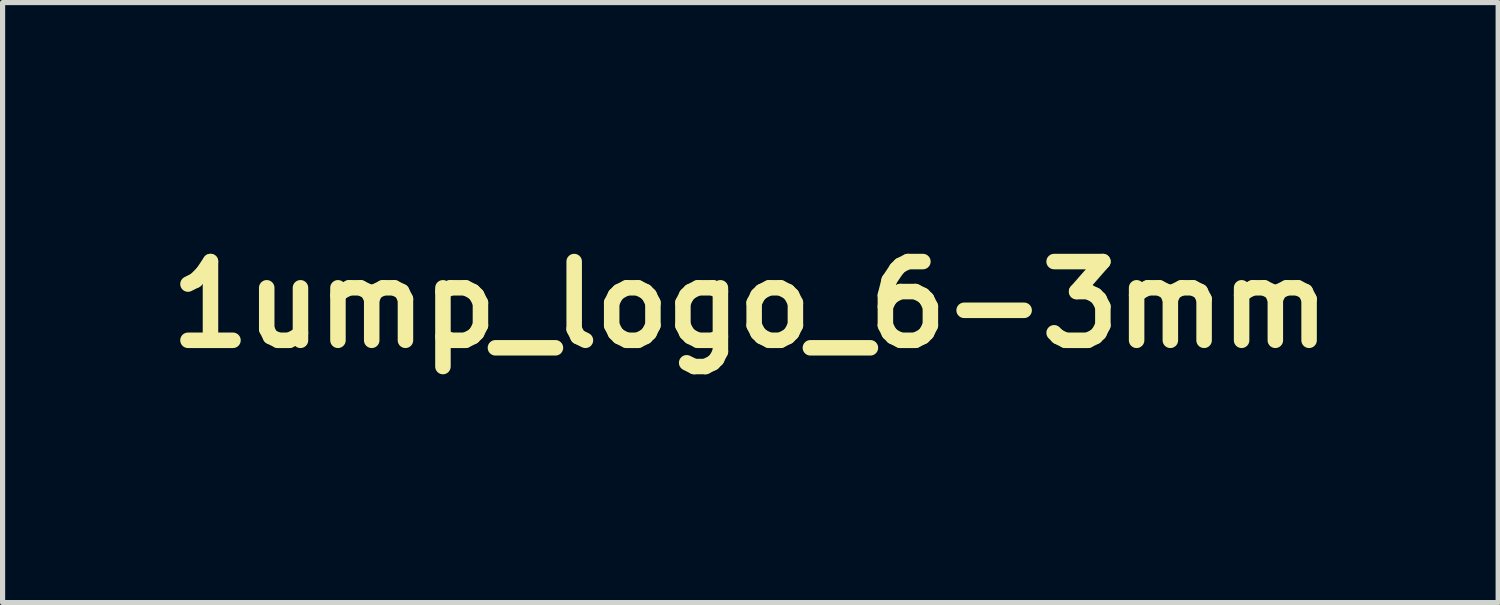
<source format=kicad_pcb>
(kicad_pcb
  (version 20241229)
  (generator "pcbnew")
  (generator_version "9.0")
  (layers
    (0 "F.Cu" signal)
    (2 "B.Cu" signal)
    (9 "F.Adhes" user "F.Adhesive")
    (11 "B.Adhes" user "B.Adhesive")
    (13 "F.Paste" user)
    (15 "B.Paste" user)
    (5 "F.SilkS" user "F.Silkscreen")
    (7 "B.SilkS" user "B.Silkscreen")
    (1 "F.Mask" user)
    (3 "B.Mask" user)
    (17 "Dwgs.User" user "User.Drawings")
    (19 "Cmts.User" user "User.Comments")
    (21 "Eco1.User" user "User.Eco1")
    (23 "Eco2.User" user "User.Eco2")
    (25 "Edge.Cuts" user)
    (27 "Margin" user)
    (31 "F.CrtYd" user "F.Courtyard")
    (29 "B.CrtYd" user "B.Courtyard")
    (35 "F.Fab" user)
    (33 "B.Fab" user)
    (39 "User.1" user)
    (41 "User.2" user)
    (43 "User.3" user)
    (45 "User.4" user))
  (footprint "1ump_logo_6-3mm"
    (layer "F.Cu")
    (at 11.474 2.847)
    (property "Reference" "1ump_logo_6-3mm" (at 0 0 0) (layer "F.SilkS") (effects (font (size 1.524 1.524) (thickness 0.3))))
    (attr through_hole)
    (fp_poly (pts (xy 0.092 -0.91) (xy 0.175 -0.898) (xy 0.222 -0.887) (xy 0.301 -0.862) (xy 0.379 -0.829) (xy 0.453 -0.789) (xy 0.524 -0.743) (xy 0.59 -0.69) (xy 0.651 -0.632) (xy 0.705 -0.57) (xy 0.737 -0.527) (xy 0.75 -0.508) (xy -0.771 -0.508) (xy -0.758 -0.527) (xy -0.708 -0.593) (xy -0.651 -0.654) (xy -0.588 -0.71) (xy -0.52 -0.76) (xy -0.448 -0.804) (xy -0.373 -0.842) (xy -0.295 -0.872) (xy -0.243 -0.887) (xy -0.161 -0.904) (xy -0.077 -0.914) (xy 0.008 -0.916) (xy 0.092 -0.91)) (stroke (width 0.01) (type solid)) (fill no) (layer "Eco2.User"))
    (fp_poly (pts (xy 0.837 -0.338) (xy 0.859 -0.277) (xy 0.875 -0.219) (xy 0.887 -0.16) (xy 0.889 -0.148) (xy 0.891 -0.131) (xy 0.894 -0.114) (xy 0.896 -0.103) (xy 0.896 -0.103) (xy 0.898 -0.089) (xy -0.601 -0.089) (xy -0.601 0.072) (xy 0.898 0.072) (xy 0.895 0.092) (xy 0.885 0.159) (xy 0.871 0.221) (xy 0.854 0.278) (xy 0.834 0.334) (xy 0.809 0.39) (xy 0.806 0.397) (xy 0.764 0.471) (xy 0.716 0.542) (xy 0.661 0.607) (xy 0.601 0.667) (xy 0.536 0.722) (xy 0.465 0.77) (xy 0.391 0.811) (xy 0.313 0.845) (xy 0.232 0.872) (xy 0.222 0.874) (xy 0.167 0.886) (xy 0.107 0.896) (xy 0.046 0.901) (xy -0.014 0.904) (xy -0.07 0.902) (xy -0.078 0.902) (xy -0.165 0.891) (xy -0.25 0.872) (xy -0.332 0.845) (xy -0.41 0.812) (xy -0.484 0.771) (xy -0.554 0.724) (xy -0.619 0.671) (xy -0.679 0.611) (xy -0.734 0.546) (xy -0.783 0.476) (xy -0.825 0.401) (xy -0.86 0.321) (xy -0.866 0.307) (xy -0.889 0.235) (xy -0.905 0.162) (xy -0.916 0.087) (xy -0.92 0.007) (xy -0.92 -0.006) (xy -0.918 -0.077) (xy -0.911 -0.142) (xy -0.9 -0.204) (xy -0.884 -0.266) (xy -0.862 -0.33) (xy -0.859 -0.338) (xy -0.842 -0.381) (xy 0.821 -0.381) (xy 0.837 -0.338)) (stroke (width 0.01) (type solid)) (fill no) (layer "Eco2.User"))
    (fp_poly (pts (xy 1.246 -0.376) (xy 1.293 -0.376) (xy 1.349 -0.376) (xy 1.376 -0.376) (xy 1.691 -0.375) (xy 1.698 -0.339) (xy 1.709 -0.278) (xy 1.718 -0.211) (xy 1.724 -0.141) (xy 1.728 -0.07) (xy 1.729 -0.000418) (xy 1.728 0.065) (xy 1.727 0.078) (xy 1.716 0.202) (xy 1.698 0.323) (xy 1.671 0.441) (xy 1.637 0.556) (xy 1.595 0.668) (xy 1.545 0.776) (xy 1.488 0.88) (xy 1.423 0.981) (xy 1.351 1.077) (xy 1.271 1.169) (xy 1.219 1.224) (xy 1.13 1.307) (xy 1.036 1.383) (xy 0.938 1.452) (xy 0.836 1.514) (xy 0.73 1.569) (xy 0.62 1.616) (xy 0.507 1.655) (xy 0.392 1.687) (xy 0.273 1.711) (xy 0.219 1.719) (xy 0.195 1.722) (xy 0.165 1.724) (xy 0.132 1.727) (xy 0.099 1.73) (xy 0.065 1.732) (xy 0.034 1.734) (xy 0.007 1.735) (xy -0.015 1.735) (xy -0.025 1.735) (xy -0.04 1.734) (xy -0.058 1.733) (xy -0.076 1.733) (xy -0.197 1.724) (xy -0.315 1.707) (xy -0.432 1.682) (xy -0.546 1.65) (xy -0.657 1.61) (xy -0.765 1.562) (xy -0.869 1.507) (xy -0.97 1.445) (xy -1.066 1.377) (xy -1.158 1.301) (xy -1.245 1.219) (xy -1.327 1.131) (xy -1.403 1.037) (xy -1.419 1.015) (xy -1.486 0.916) (xy -1.546 0.812) (xy -1.599 0.705) (xy -1.644 0.594) (xy -1.682 0.48) (xy -1.711 0.364) (xy -1.732 0.252) (xy -1.738 0.206) (xy -1.743 0.164) (xy -1.746 0.124) (xy -1.748 0.082) (xy -1.749 0.037) (xy -1.75 -0.008) (xy -1.747 -0.109) (xy -1.739 -0.207) (xy -1.727 -0.3) (xy -1.715 -0.36) (xy -1.712 -0.375) (xy -1.398 -0.376) (xy -1.339 -0.376) (xy -1.287 -0.376) (xy -1.244 -0.376) (xy -1.206 -0.376) (xy -1.176 -0.376) (xy -1.15 -0.376) (xy -1.13 -0.376) (xy -1.115 -0.375) (xy -1.103 -0.375) (xy -1.095 -0.374) (xy -1.09 -0.373) (xy -1.087 -0.372) (xy -1.086 -0.371) (xy -1.085 -0.37) (xy -1.086 -0.369) (xy -1.099 -0.322) (xy -1.11 -0.269) (xy -1.119 -0.212) (xy -1.127 -0.154) (xy -1.131 -0.097) (xy -1.133 -0.042) (xy -1.132 0.002) (xy -1.124 0.102) (xy -1.108 0.197) (xy -1.085 0.289) (xy -1.054 0.377) (xy -1.016 0.462) (xy -0.97 0.544) (xy -0.917 0.624) (xy -0.902 0.643) (xy -0.881 0.67) (xy -0.855 0.7) (xy -0.825 0.732) (xy -0.794 0.764) (xy -0.763 0.794) (xy -0.735 0.819) (xy -0.715 0.836) (xy -0.642 0.889) (xy -0.563 0.938) (xy -0.482 0.979) (xy -0.398 1.014) (xy -0.312 1.042) (xy -0.248 1.058) (xy -0.154 1.073) (xy -0.058 1.08) (xy 0.039 1.08) (xy 0.135 1.073) (xy 0.226 1.058) (xy 0.3 1.039) (xy 0.374 1.015) (xy 0.449 0.985) (xy 0.521 0.95) (xy 0.587 0.912) (xy 0.6 0.903) (xy 0.671 0.853) (xy 0.74 0.795) (xy 0.804 0.732) (xy 0.864 0.665) (xy 0.917 0.595) (xy 0.942 0.557) (xy 0.989 0.473) (xy 1.029 0.386) (xy 1.061 0.296) (xy 1.085 0.204) (xy 1.102 0.109) (xy 1.11 0.013) (xy 1.111 -0.083) (xy 1.103 -0.18) (xy 1.096 -0.227) (xy 1.092 -0.253) (xy 1.086 -0.281) (xy 1.08 -0.311) (xy 1.073 -0.338) (xy 1.067 -0.36) (xy 1.064 -0.369) (xy 1.064 -0.37) (xy 1.065 -0.372) (xy 1.067 -0.373) (xy 1.071 -0.374) (xy 1.078 -0.374) (xy 1.088 -0.375) (xy 1.102 -0.376) (xy 1.12 -0.376) (xy 1.143 -0.376) (xy 1.171 -0.376) (xy 1.205 -0.376) (xy 1.246 -0.376)) (stroke (width 0.01) (type solid)) (fill no) (layer "Eco2.User"))
    (fp_poly (pts (xy 0.121 -2.84) (xy 0.272 -2.829) (xy 0.424 -2.811) (xy 0.574 -2.784) (xy 0.679 -2.76) (xy 0.828 -2.719) (xy 0.973 -2.67) (xy 1.115 -2.614) (xy 1.253 -2.55) (xy 1.388 -2.479) (xy 1.518 -2.401) (xy 1.644 -2.316) (xy 1.765 -2.225) (xy 1.881 -2.127) (xy 1.992 -2.022) (xy 2.098 -1.912) (xy 2.197 -1.796) (xy 2.291 -1.674) (xy 2.379 -1.546) (xy 2.426 -1.471) (xy 2.501 -1.34) (xy 2.569 -1.204) (xy 2.63 -1.065) (xy 2.683 -0.922) (xy 2.728 -0.777) (xy 2.765 -0.629) (xy 2.795 -0.48) (xy 2.815 -0.339) (xy 2.82 -0.288) (xy 2.825 -0.241) (xy 2.828 -0.197) (xy 2.831 -0.153) (xy 2.832 -0.108) (xy 2.833 -0.058) (xy 2.833 -0.004) (xy 2.833 0.051) (xy 2.832 0.101) (xy 2.831 0.146) (xy 2.828 0.19) (xy 2.825 0.234) (xy 2.82 0.281) (xy 2.815 0.33) (xy 2.793 0.481) (xy 2.763 0.63) (xy 2.726 0.777) (xy 2.68 0.921) (xy 2.627 1.063) (xy 2.567 1.201) (xy 2.499 1.335) (xy 2.424 1.466) (xy 2.343 1.593) (xy 2.255 1.715) (xy 2.16 1.832) (xy 2.059 1.945) (xy 1.952 2.052) (xy 1.84 2.154) (xy 1.721 2.25) (xy 1.597 2.34) (xy 1.561 2.364) (xy 1.431 2.445) (xy 1.3 2.518) (xy 1.166 2.583) (xy 1.029 2.641) (xy 0.888 2.691) (xy 0.754 2.732) (xy 0.727 2.739) (xy 0.703 2.746) (xy 0.682 2.751) (xy 0.666 2.755) (xy 0.656 2.758) (xy 0.655 2.758) (xy 0.639 2.761) (xy 0.639 2.055) (xy 0.7 2.035) (xy 0.819 1.991) (xy 0.935 1.938) (xy 1.049 1.879) (xy 1.159 1.812) (xy 1.266 1.738) (xy 1.369 1.658) (xy 1.467 1.571) (xy 1.559 1.48) (xy 1.646 1.382) (xy 1.717 1.293) (xy 1.794 1.183) (xy 1.865 1.069) (xy 1.927 0.951) (xy 1.982 0.83) (xy 2.03 0.706) (xy 2.069 0.58) (xy 2.101 0.452) (xy 2.125 0.321) (xy 2.141 0.19) (xy 2.148 0.057) (xy 2.148 -0.077) (xy 2.139 -0.211) (xy 2.122 -0.346) (xy 2.119 -0.367) (xy 2.092 -0.499) (xy 2.058 -0.629) (xy 2.015 -0.756) (xy 1.965 -0.879) (xy 1.908 -0.999) (xy 1.843 -1.115) (xy 1.771 -1.227) (xy 1.691 -1.335) (xy 1.605 -1.438) (xy 1.518 -1.531) (xy 1.419 -1.623) (xy 1.316 -1.709) (xy 1.208 -1.788) (xy 1.095 -1.86) (xy 0.979 -1.924) (xy 0.859 -1.981) (xy 0.736 -2.031) (xy 0.609 -2.072) (xy 0.48 -2.106) (xy 0.348 -2.133) (xy 0.214 -2.151) (xy 0.165 -2.155) (xy 0.134 -2.157) (xy 0.097 -2.159) (xy 0.055 -2.159) (xy 0.011 -2.16) (xy -0.035 -2.16) (xy -0.079 -2.159) (xy -0.12 -2.158) (xy -0.156 -2.157) (xy -0.182 -2.155) (xy -0.316 -2.14) (xy -0.449 -2.117) (xy -0.579 -2.086) (xy -0.708 -2.046) (xy -0.833 -1.999) (xy -0.955 -1.945) (xy -0.959 -1.943) (xy -1.075 -1.881) (xy -1.187 -1.813) (xy -1.295 -1.738) (xy -1.398 -1.656) (xy -1.496 -1.568) (xy -1.588 -1.475) (xy -1.674 -1.377) (xy -1.754 -1.274) (xy -1.828 -1.166) (xy -1.895 -1.054) (xy -1.955 -0.939) (xy -2.008 -0.82) (xy -2.05 -0.706) (xy -2.072 -0.639) (xy -2.772 -0.639) (xy -2.762 -0.681) (xy -2.736 -0.782) (xy -2.703 -0.886) (xy -2.666 -0.992) (xy -2.624 -1.098) (xy -2.579 -1.2) (xy -2.531 -1.299) (xy -2.508 -1.344) (xy -2.429 -1.48) (xy -2.345 -1.611) (xy -2.253 -1.736) (xy -2.156 -1.856) (xy -2.052 -1.97) (xy -1.943 -2.078) (xy -1.827 -2.18) (xy -1.706 -2.276) (xy -1.579 -2.366) (xy -1.447 -2.449) (xy -1.338 -2.51) (xy -1.203 -2.578) (xy -1.064 -2.639) (xy -0.922 -2.691) (xy -0.778 -2.736) (xy -0.632 -2.773) (xy -0.483 -2.802) (xy -0.334 -2.824) (xy -0.183 -2.837) (xy -0.031 -2.842) (xy 0.121 -2.84)) (stroke (width 0.01) (type solid)) (fill no) (layer "Eco2.User")))
  (gr_rect
    (start -3 -3)
    (end 25.947 8.613)
    (stroke (width 0.1) (type default))
    (fill no)
    (layer "Edge.Cuts")))
</source>
